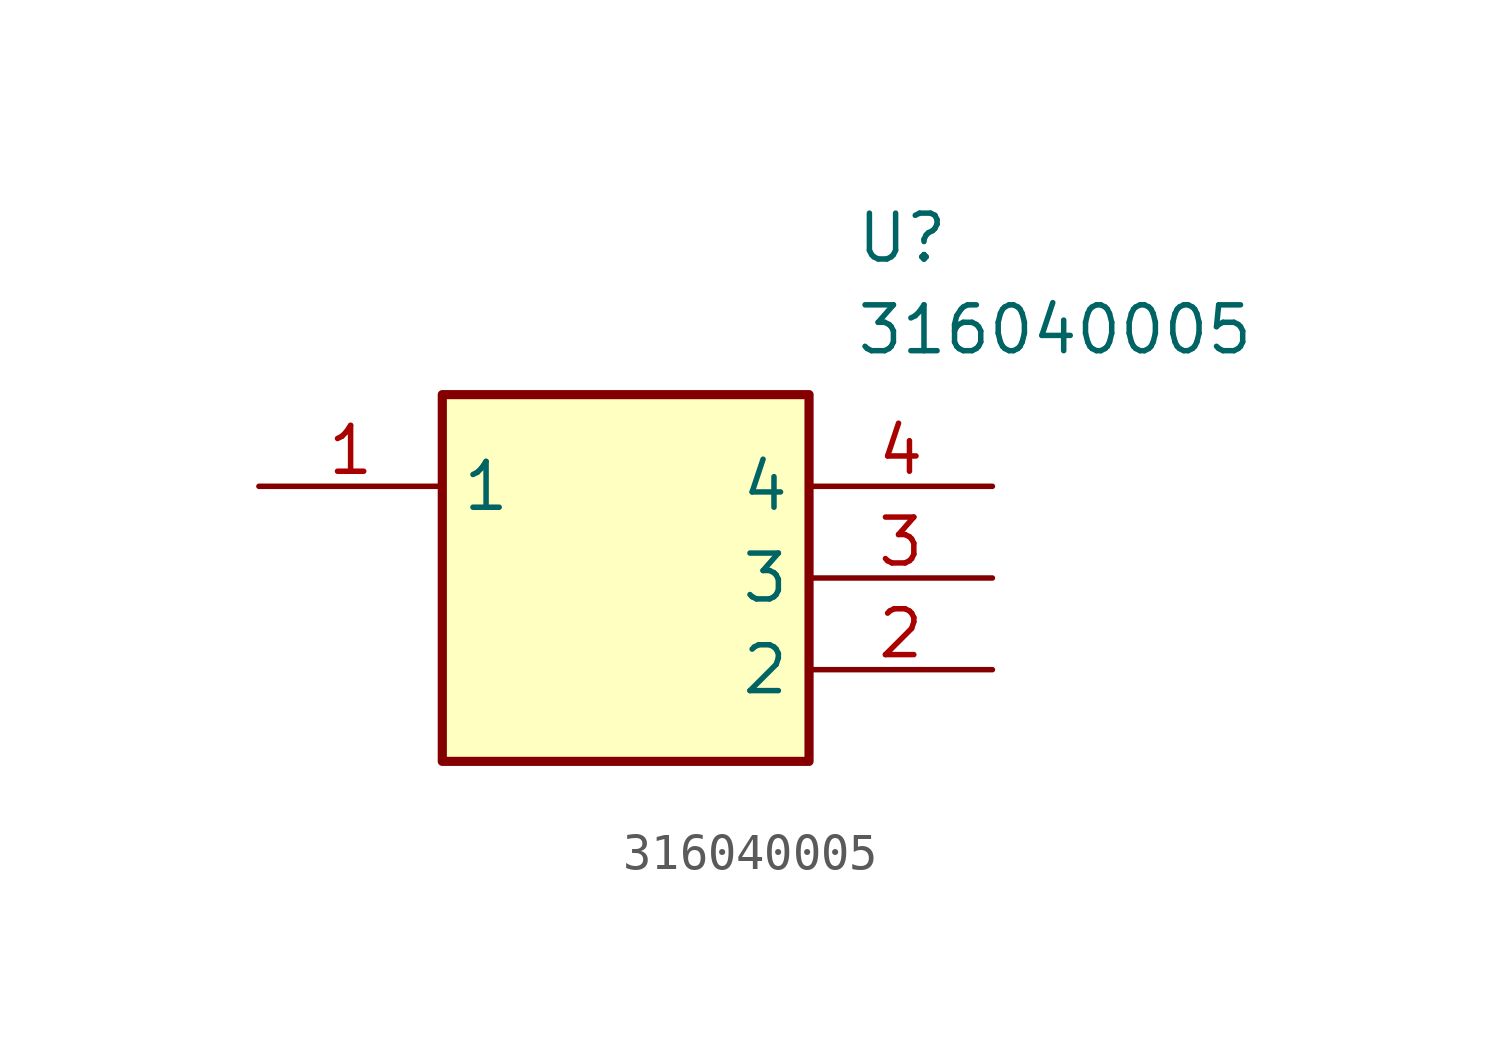
<source format=kicad_sym>
(kicad_symbol_lib
  (version 20211014)
  (generator SamacSys_ECAD_Model)
  (symbol "316040005"
    (property "Reference" "U"
      (at 16.51 7.62 0)
      (effects (font (size 1.27 1.27)) (justify left top)))
    (property "Value" "316040005"
      (at 16.51 5.08 0)
      (effects (font (size 1.27 1.27)) (justify left top)))
    (rectangle
      (start 5.08 2.54)
      (end 15.24 -7.62)
      (stroke (width 0.254) (type default))
      (fill (type background)))
    (pin passive line
      (at 0 0 0)
      (length 5.08)
      (name "1" (effects (font (size 1.27 1.27))))
      (number "1" (effects (font (size 1.27 1.27)))))
    (pin passive line
      (at 20.32 -5.08 180)
      (length 5.08)
      (name "2" (effects (font (size 1.27 1.27))))
      (number "2" (effects (font (size 1.27 1.27)))))
    (pin passive line
      (at 20.32 -2.54 180)
      (length 5.08)
      (name "3" (effects (font (size 1.27 1.27))))
      (number "3" (effects (font (size 1.27 1.27)))))
    (pin passive line
      (at 20.32 0 180)
      (length 5.08)
      (name "4" (effects (font (size 1.27 1.27))))
      (number "4" (effects (font (size 1.27 1.27)))))))
</source>
